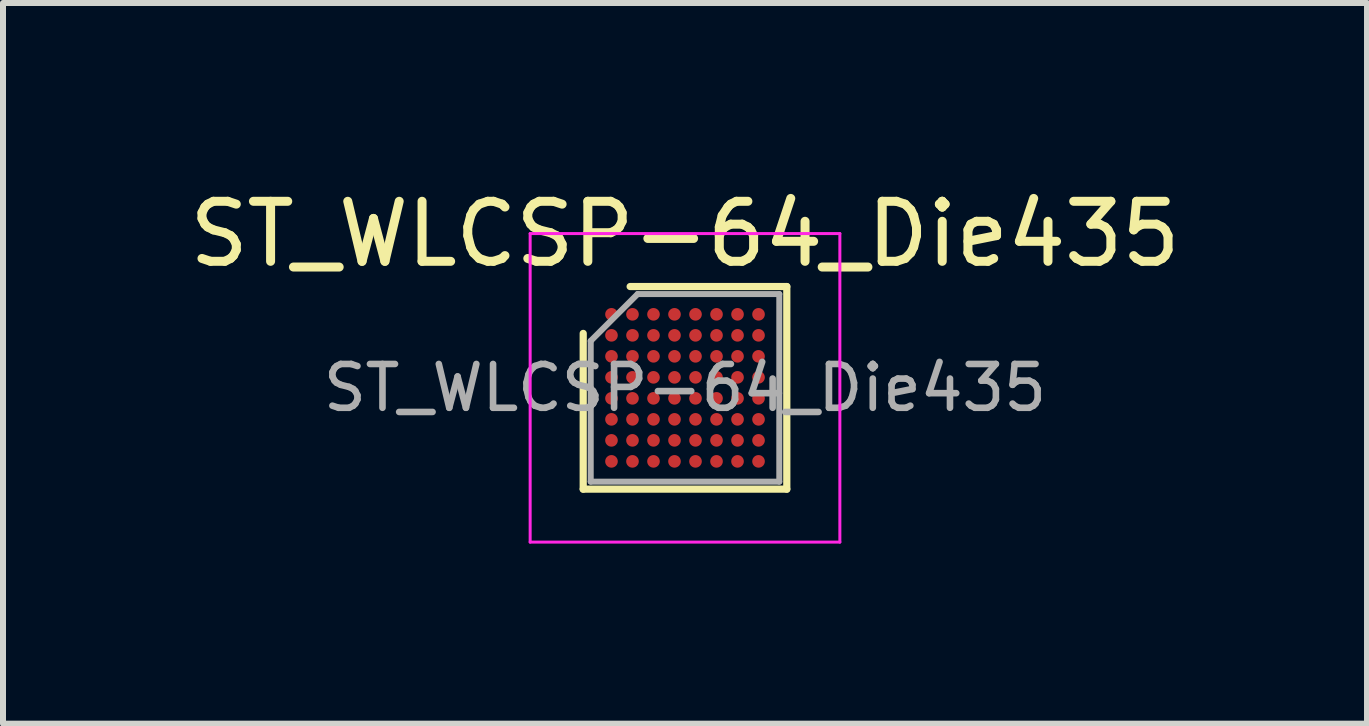
<source format=kicad_pcb>
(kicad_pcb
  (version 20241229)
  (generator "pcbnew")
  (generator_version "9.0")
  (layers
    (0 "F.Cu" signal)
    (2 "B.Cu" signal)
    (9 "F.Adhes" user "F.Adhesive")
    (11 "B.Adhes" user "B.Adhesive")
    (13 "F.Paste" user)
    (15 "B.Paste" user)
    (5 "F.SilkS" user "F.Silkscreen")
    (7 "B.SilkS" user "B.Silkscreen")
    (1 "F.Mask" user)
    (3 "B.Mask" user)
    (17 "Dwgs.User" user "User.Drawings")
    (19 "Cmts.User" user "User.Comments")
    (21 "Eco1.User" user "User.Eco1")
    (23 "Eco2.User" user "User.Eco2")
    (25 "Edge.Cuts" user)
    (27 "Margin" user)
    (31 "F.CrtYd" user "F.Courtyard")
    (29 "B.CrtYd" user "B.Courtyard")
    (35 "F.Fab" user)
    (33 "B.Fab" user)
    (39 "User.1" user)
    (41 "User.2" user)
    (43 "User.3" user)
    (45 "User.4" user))
  (footprint "ST_WLCSP-64_Die435"
    (layer "F.Cu")
    (at 8.363 3.412)
    (property "Reference" "ST_WLCSP-64_Die435" (at 0 -2.563 0) (layer "F.SilkS") (effects (font (size 1 1) (thickness 0.15))))
    (attr smd)
    (fp_line (start -1.696 1.688) (end -1.696 -0.907) (stroke (width 0.12) (type solid)) (layer "F.SilkS"))
    (fp_line (start -0.914 -1.688) (end 1.696 -1.688) (stroke (width 0.12) (type solid)) (layer "F.SilkS"))
    (fp_line (start 1.696 -1.688) (end 1.696 1.688) (stroke (width 0.12) (type solid)) (layer "F.SilkS"))
    (fp_line (start 1.696 1.688) (end -1.696 1.688) (stroke (width 0.12) (type solid)) (layer "F.SilkS"))
    (fp_line (start -2.58 -2.57) (end -2.58 2.57) (stroke (width 0.05) (type solid)) (layer "F.CrtYd"))
    (fp_line (start -2.58 2.57) (end 2.58 2.57) (stroke (width 0.05) (type solid)) (layer "F.CrtYd"))
    (fp_line (start 2.58 -2.57) (end -2.58 -2.57) (stroke (width 0.05) (type solid)) (layer "F.CrtYd"))
    (fp_line (start 2.58 2.57) (end 2.58 -2.57) (stroke (width 0.05) (type solid)) (layer "F.CrtYd"))
    (fp_line (start -1.571 -0.782) (end -0.789 -1.563) (stroke (width 0.1) (type solid)) (layer "F.Fab"))
    (fp_line (start -1.571 1.563) (end -1.571 -0.782) (stroke (width 0.1) (type solid)) (layer "F.Fab"))
    (fp_line (start -0.789 -1.563) (end 1.571 -1.563) (stroke (width 0.1) (type solid)) (layer "F.Fab"))
    (fp_line (start 1.571 -1.563) (end 1.571 1.563) (stroke (width 0.1) (type solid)) (layer "F.Fab"))
    (fp_line (start 1.571 1.563) (end -1.571 1.563) (stroke (width 0.1) (type solid)) (layer "F.Fab"))
    (fp_text user "${REFERENCE}" (at 0 0 0) (layer "F.Fab") (effects (font (size 0.73 0.73) (thickness 0.11))))
    (pad "A1" smd circle (at -1.225 -1.225) (size 0.21 0.21) (layers "F.Cu" "F.Mask" "F.Paste"))
    (pad "A2" smd circle (at -0.875 -1.225) (size 0.21 0.21) (layers "F.Cu" "F.Mask" "F.Paste"))
    (pad "A3" smd circle (at -0.525 -1.225) (size 0.21 0.21) (layers "F.Cu" "F.Mask" "F.Paste"))
    (pad "A4" smd circle (at -0.175 -1.225) (size 0.21 0.21) (layers "F.Cu" "F.Mask" "F.Paste"))
    (pad "A5" smd circle (at 0.175 -1.225) (size 0.21 0.21) (layers "F.Cu" "F.Mask" "F.Paste"))
    (pad "A6" smd circle (at 0.525 -1.225) (size 0.21 0.21) (layers "F.Cu" "F.Mask" "F.Paste"))
    (pad "A7" smd circle (at 0.875 -1.225) (size 0.21 0.21) (layers "F.Cu" "F.Mask" "F.Paste"))
    (pad "A8" smd circle (at 1.225 -1.225) (size 0.21 0.21) (layers "F.Cu" "F.Mask" "F.Paste"))
    (pad "B1" smd circle (at -1.225 -0.875) (size 0.21 0.21) (layers "F.Cu" "F.Mask" "F.Paste"))
    (pad "B2" smd circle (at -0.875 -0.875) (size 0.21 0.21) (layers "F.Cu" "F.Mask" "F.Paste"))
    (pad "B3" smd circle (at -0.525 -0.875) (size 0.21 0.21) (layers "F.Cu" "F.Mask" "F.Paste"))
    (pad "B4" smd circle (at -0.175 -0.875) (size 0.21 0.21) (layers "F.Cu" "F.Mask" "F.Paste"))
    (pad "B5" smd circle (at 0.175 -0.875) (size 0.21 0.21) (layers "F.Cu" "F.Mask" "F.Paste"))
    (pad "B6" smd circle (at 0.525 -0.875) (size 0.21 0.21) (layers "F.Cu" "F.Mask" "F.Paste"))
    (pad "B7" smd circle (at 0.875 -0.875) (size 0.21 0.21) (layers "F.Cu" "F.Mask" "F.Paste"))
    (pad "B8" smd circle (at 1.225 -0.875) (size 0.21 0.21) (layers "F.Cu" "F.Mask" "F.Paste"))
    (pad "C1" smd circle (at -1.225 -0.525) (size 0.21 0.21) (layers "F.Cu" "F.Mask" "F.Paste"))
    (pad "C2" smd circle (at -0.875 -0.525) (size 0.21 0.21) (layers "F.Cu" "F.Mask" "F.Paste"))
    (pad "C3" smd circle (at -0.525 -0.525) (size 0.21 0.21) (layers "F.Cu" "F.Mask" "F.Paste"))
    (pad "C4" smd circle (at -0.175 -0.525) (size 0.21 0.21) (layers "F.Cu" "F.Mask" "F.Paste"))
    (pad "C5" smd circle (at 0.175 -0.525) (size 0.21 0.21) (layers "F.Cu" "F.Mask" "F.Paste"))
    (pad "C6" smd circle (at 0.525 -0.525) (size 0.21 0.21) (layers "F.Cu" "F.Mask" "F.Paste"))
    (pad "C7" smd circle (at 0.875 -0.525) (size 0.21 0.21) (layers "F.Cu" "F.Mask" "F.Paste"))
    (pad "C8" smd circle (at 1.225 -0.525) (size 0.21 0.21) (layers "F.Cu" "F.Mask" "F.Paste"))
    (pad "D1" smd circle (at -1.225 -0.175) (size 0.21 0.21) (layers "F.Cu" "F.Mask" "F.Paste"))
    (pad "D2" smd circle (at -0.875 -0.175) (size 0.21 0.21) (layers "F.Cu" "F.Mask" "F.Paste"))
    (pad "D3" smd circle (at -0.525 -0.175) (size 0.21 0.21) (layers "F.Cu" "F.Mask" "F.Paste"))
    (pad "D4" smd circle (at -0.175 -0.175) (size 0.21 0.21) (layers "F.Cu" "F.Mask" "F.Paste"))
    (pad "D5" smd circle (at 0.175 -0.175) (size 0.21 0.21) (layers "F.Cu" "F.Mask" "F.Paste"))
    (pad "D6" smd circle (at 0.525 -0.175) (size 0.21 0.21) (layers "F.Cu" "F.Mask" "F.Paste"))
    (pad "D7" smd circle (at 0.875 -0.175) (size 0.21 0.21) (layers "F.Cu" "F.Mask" "F.Paste"))
    (pad "D8" smd circle (at 1.225 -0.175) (size 0.21 0.21) (layers "F.Cu" "F.Mask" "F.Paste"))
    (pad "E1" smd circle (at -1.225 0.175) (size 0.21 0.21) (layers "F.Cu" "F.Mask" "F.Paste"))
    (pad "E2" smd circle (at -0.875 0.175) (size 0.21 0.21) (layers "F.Cu" "F.Mask" "F.Paste"))
    (pad "E3" smd circle (at -0.525 0.175) (size 0.21 0.21) (layers "F.Cu" "F.Mask" "F.Paste"))
    (pad "E4" smd circle (at -0.175 0.175) (size 0.21 0.21) (layers "F.Cu" "F.Mask" "F.Paste"))
    (pad "E5" smd circle (at 0.175 0.175) (size 0.21 0.21) (layers "F.Cu" "F.Mask" "F.Paste"))
    (pad "E6" smd circle (at 0.525 0.175) (size 0.21 0.21) (layers "F.Cu" "F.Mask" "F.Paste"))
    (pad "E7" smd circle (at 0.875 0.175) (size 0.21 0.21) (layers "F.Cu" "F.Mask" "F.Paste"))
    (pad "E8" smd circle (at 1.225 0.175) (size 0.21 0.21) (layers "F.Cu" "F.Mask" "F.Paste"))
    (pad "F1" smd circle (at -1.225 0.525) (size 0.21 0.21) (layers "F.Cu" "F.Mask" "F.Paste"))
    (pad "F2" smd circle (at -0.875 0.525) (size 0.21 0.21) (layers "F.Cu" "F.Mask" "F.Paste"))
    (pad "F3" smd circle (at -0.525 0.525) (size 0.21 0.21) (layers "F.Cu" "F.Mask" "F.Paste"))
    (pad "F4" smd circle (at -0.175 0.525) (size 0.21 0.21) (layers "F.Cu" "F.Mask" "F.Paste"))
    (pad "F5" smd circle (at 0.175 0.525) (size 0.21 0.21) (layers "F.Cu" "F.Mask" "F.Paste"))
    (pad "F6" smd circle (at 0.525 0.525) (size 0.21 0.21) (layers "F.Cu" "F.Mask" "F.Paste"))
    (pad "F7" smd circle (at 0.875 0.525) (size 0.21 0.21) (layers "F.Cu" "F.Mask" "F.Paste"))
    (pad "F8" smd circle (at 1.225 0.525) (size 0.21 0.21) (layers "F.Cu" "F.Mask" "F.Paste"))
    (pad "G1" smd circle (at -1.225 0.875) (size 0.21 0.21) (layers "F.Cu" "F.Mask" "F.Paste"))
    (pad "G2" smd circle (at -0.875 0.875) (size 0.21 0.21) (layers "F.Cu" "F.Mask" "F.Paste"))
    (pad "G3" smd circle (at -0.525 0.875) (size 0.21 0.21) (layers "F.Cu" "F.Mask" "F.Paste"))
    (pad "G4" smd circle (at -0.175 0.875) (size 0.21 0.21) (layers "F.Cu" "F.Mask" "F.Paste"))
    (pad "G5" smd circle (at 0.175 0.875) (size 0.21 0.21) (layers "F.Cu" "F.Mask" "F.Paste"))
    (pad "G6" smd circle (at 0.525 0.875) (size 0.21 0.21) (layers "F.Cu" "F.Mask" "F.Paste"))
    (pad "G7" smd circle (at 0.875 0.875) (size 0.21 0.21) (layers "F.Cu" "F.Mask" "F.Paste"))
    (pad "G8" smd circle (at 1.225 0.875) (size 0.21 0.21) (layers "F.Cu" "F.Mask" "F.Paste"))
    (pad "H1" smd circle (at -1.225 1.225) (size 0.21 0.21) (layers "F.Cu" "F.Mask" "F.Paste"))
    (pad "H2" smd circle (at -0.875 1.225) (size 0.21 0.21) (layers "F.Cu" "F.Mask" "F.Paste"))
    (pad "H3" smd circle (at -0.525 1.225) (size 0.21 0.21) (layers "F.Cu" "F.Mask" "F.Paste"))
    (pad "H4" smd circle (at -0.175 1.225) (size 0.21 0.21) (layers "F.Cu" "F.Mask" "F.Paste"))
    (pad "H5" smd circle (at 0.175 1.225) (size 0.21 0.21) (layers "F.Cu" "F.Mask" "F.Paste"))
    (pad "H6" smd circle (at 0.525 1.225) (size 0.21 0.21) (layers "F.Cu" "F.Mask" "F.Paste"))
    (pad "H7" smd circle (at 0.875 1.225) (size 0.21 0.21) (layers "F.Cu" "F.Mask" "F.Paste"))
    (pad "H8" smd circle (at 1.225 1.225) (size 0.21 0.21) (layers "F.Cu" "F.Mask" "F.Paste")))
  (gr_rect
    (start -3 -3)
    (end 19.726 9.007)
    (stroke (width 0.1) (type default))
    (fill no)
    (layer "Edge.Cuts")))
</source>
